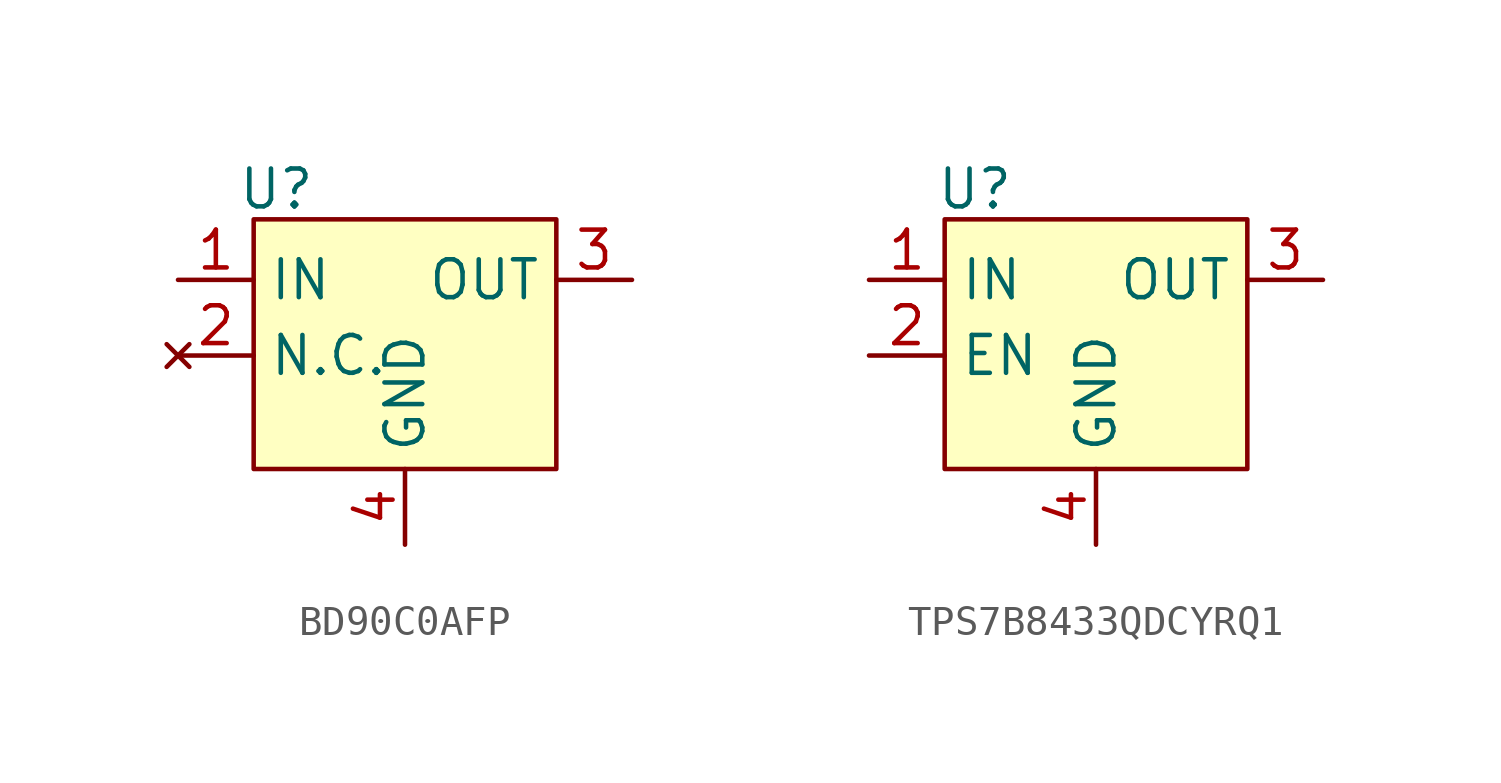
<source format=kicad_sym>
(kicad_symbol_lib
  (version 20231120)
  (generator "kicad_symbol_editor")
  (generator_version "8.0")
  (symbol "BD90C0AFP"
    (property "Reference" "U"
      (at -4.318 4.318 0)
      (effects (font (size 1.27 1.27))))
    (property "Value" ""
      (at 0 0 0)
      (effects (font (size 1.27 1.27))))
    (symbol "BD90C0AFP_0_0"
      (pin power_in line (at -7.62 1.27 0) (length 2.54) (name "IN" (effects (font (size 1.27 1.27)))) (number "1" (effects (font (size 1.27 1.27)))))
      (pin power_out line (at 7.62 1.27 180) (length 2.54) (name "OUT" (effects (font (size 1.27 1.27)))) (number "3" (effects (font (size 1.27 1.27)))))
      (pin power_in line (at 0 -7.62 90) (length 2.54) (name "GND" (effects (font (size 1.27 1.27)))) (number "4" (effects (font (size 1.27 1.27))))))
    (symbol "BD90C0AFP_0_1"
      (rectangle (start -5.08 3.302) (end 5.08 -5.08) (stroke (width 0) (type default)) (fill (type background))))
    (symbol "BD90C0AFP_1_0"
      (pin no_connect line (at -7.62 -1.27 0) (length 2.54) (name "N.C." (effects (font (size 1.27 1.27)))) (number "2" (effects (font (size 1.27 1.27)))))))
  (symbol "TPS7B8433QDCYRQ1"
    (property "Reference" "U"
      (at -4.064 4.318 0)
      (effects (font (size 1.27 1.27))))
    (property "Value" ""
      (at 0 0 0)
      (effects (font (size 1.27 1.27))))
    (symbol "TPS7B8433QDCYRQ1_0_0"
      (pin power_in line (at -7.62 1.27 0) (length 2.54) (name "IN" (effects (font (size 1.27 1.27)))) (number "1" (effects (font (size 1.27 1.27)))))
      (pin input line (at -7.62 -1.27 0) (length 2.54) (name "EN" (effects (font (size 1.27 1.27)))) (number "2" (effects (font (size 1.27 1.27)))))
      (pin power_out line (at 7.62 1.27 180) (length 2.54) (name "OUT" (effects (font (size 1.27 1.27)))) (number "3" (effects (font (size 1.27 1.27)))))
      (pin power_in line (at 0 -7.62 90) (length 2.54) (name "GND" (effects (font (size 1.27 1.27)))) (number "4" (effects (font (size 1.27 1.27))))))
    (symbol "TPS7B8433QDCYRQ1_0_1"
      (rectangle (start -5.08 3.302) (end 5.08 -5.08) (stroke (width 0) (type default)) (fill (type background))))))
</source>
